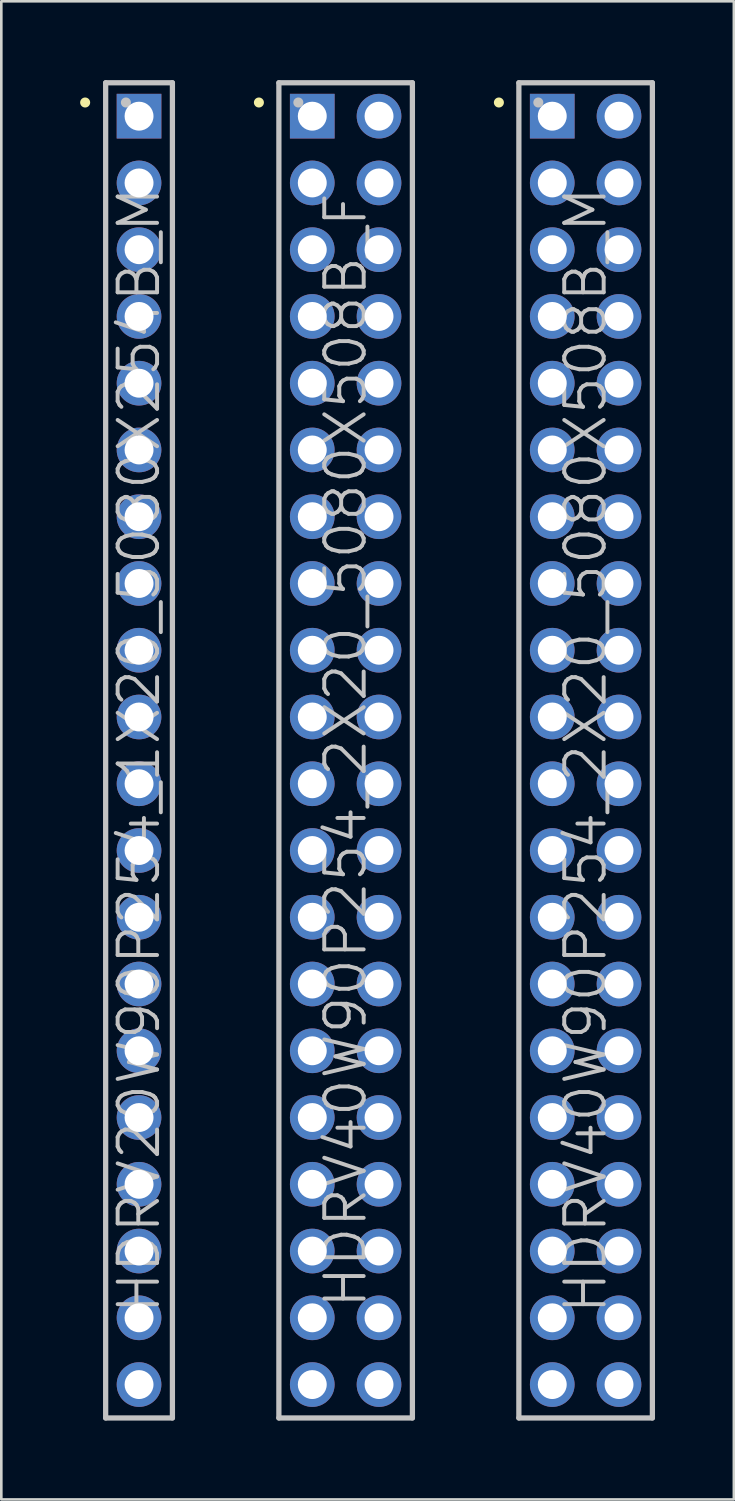
<source format=kicad_pcb>
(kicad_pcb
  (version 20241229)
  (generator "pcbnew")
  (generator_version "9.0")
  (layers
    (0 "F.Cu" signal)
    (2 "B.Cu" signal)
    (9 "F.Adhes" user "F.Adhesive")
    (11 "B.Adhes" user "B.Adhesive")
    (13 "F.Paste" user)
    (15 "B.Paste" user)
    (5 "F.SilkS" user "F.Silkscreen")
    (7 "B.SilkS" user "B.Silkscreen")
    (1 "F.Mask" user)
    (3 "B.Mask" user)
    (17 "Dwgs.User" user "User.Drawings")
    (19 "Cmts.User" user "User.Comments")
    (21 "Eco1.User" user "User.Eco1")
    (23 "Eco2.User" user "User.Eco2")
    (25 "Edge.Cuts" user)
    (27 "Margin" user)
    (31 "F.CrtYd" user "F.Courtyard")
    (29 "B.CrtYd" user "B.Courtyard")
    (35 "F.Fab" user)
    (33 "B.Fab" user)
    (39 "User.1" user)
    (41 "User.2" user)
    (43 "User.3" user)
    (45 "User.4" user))
  (footprint "HDRV40W90P254_2X20_5080X508B_F"
    (layer "F.Cu")
    (at 10.101 25.5)
    (property "Reference" "HDRV40W90P254_2X20_5080X508B_F" (at 0 0 90) (layer "Dwgs.User") (effects (font (size 1.5 1.5) (thickness 0.15))))
    (attr through_hole)
    (fp_line (start -3.3 -24.65) (end -3.3 -24.65) (stroke (width 0.381) (type solid)) (layer "F.SilkS"))
    (fp_line (start -2.54 -25.4) (end -2.54 25.4) (stroke (width 0.2) (type solid)) (layer "Dwgs.User"))
    (fp_line (start -2.54 -25.4) (end 2.54 -25.4) (stroke (width 0.2) (type solid)) (layer "Dwgs.User"))
    (fp_line (start -2.54 25.4) (end 2.54 25.4) (stroke (width 0.2) (type solid)) (layer "Dwgs.User"))
    (fp_line (start -1.8 -24.65) (end -1.8 -24.65) (stroke (width 0.381) (type solid)) (layer "Dwgs.User"))
    (fp_line (start 2.54 -25.4) (end 2.54 25.4) (stroke (width 0.2) (type solid)) (layer "Dwgs.User"))
    (pad "1" thru_hole rect (at -1.27 -24.13) (size 1.7 1.7) (drill 1.1) (layers "*.Cu" "*.Mask"))
    (pad "2" thru_hole circle (at 1.27 -24.13 270) (size 1.7 1.7) (drill 1.1) (layers "*.Cu" "*.Mask"))
    (pad "3" thru_hole circle (at -1.27 -21.59 270) (size 1.7 1.7) (drill 1.1) (layers "*.Cu" "*.Mask"))
    (pad "4" thru_hole circle (at 1.27 -21.59 270) (size 1.7 1.7) (drill 1.1) (layers "*.Cu" "*.Mask"))
    (pad "5" thru_hole circle (at -1.27 -19.05 270) (size 1.7 1.7) (drill 1.1) (layers "*.Cu" "*.Mask"))
    (pad "6" thru_hole circle (at 1.27 -19.05 270) (size 1.7 1.7) (drill 1.1) (layers "*.Cu" "*.Mask"))
    (pad "7" thru_hole circle (at -1.27 -16.51 270) (size 1.7 1.7) (drill 1.1) (layers "*.Cu" "*.Mask"))
    (pad "8" thru_hole circle (at 1.27 -16.51 270) (size 1.7 1.7) (drill 1.1) (layers "*.Cu" "*.Mask"))
    (pad "9" thru_hole circle (at -1.27 -13.97 270) (size 1.7 1.7) (drill 1.1) (layers "*.Cu" "*.Mask"))
    (pad "10" thru_hole circle (at 1.27 -13.97 270) (size 1.7 1.7) (drill 1.1) (layers "*.Cu" "*.Mask"))
    (pad "11" thru_hole circle (at -1.27 -11.43 270) (size 1.7 1.7) (drill 1.1) (layers "*.Cu" "*.Mask"))
    (pad "12" thru_hole circle (at 1.27 -11.43 270) (size 1.7 1.7) (drill 1.1) (layers "*.Cu" "*.Mask"))
    (pad "13" thru_hole circle (at -1.27 -8.89 270) (size 1.7 1.7) (drill 1.1) (layers "*.Cu" "*.Mask"))
    (pad "14" thru_hole circle (at 1.27 -8.89 270) (size 1.7 1.7) (drill 1.1) (layers "*.Cu" "*.Mask"))
    (pad "15" thru_hole circle (at -1.27 -6.35 270) (size 1.7 1.7) (drill 1.1) (layers "*.Cu" "*.Mask"))
    (pad "16" thru_hole circle (at 1.27 -6.35 270) (size 1.7 1.7) (drill 1.1) (layers "*.Cu" "*.Mask"))
    (pad "17" thru_hole circle (at -1.27 -3.81 270) (size 1.7 1.7) (drill 1.1) (layers "*.Cu" "*.Mask"))
    (pad "18" thru_hole circle (at 1.27 -3.81 270) (size 1.7 1.7) (drill 1.1) (layers "*.Cu" "*.Mask"))
    (pad "19" thru_hole circle (at -1.27 -1.27 270) (size 1.7 1.7) (drill 1.1) (layers "*.Cu" "*.Mask"))
    (pad "20" thru_hole circle (at 1.27 -1.27 270) (size 1.7 1.7) (drill 1.1) (layers "*.Cu" "*.Mask"))
    (pad "21" thru_hole circle (at -1.27 1.27 270) (size 1.7 1.7) (drill 1.1) (layers "*.Cu" "*.Mask"))
    (pad "22" thru_hole circle (at 1.27 1.27 270) (size 1.7 1.7) (drill 1.1) (layers "*.Cu" "*.Mask"))
    (pad "23" thru_hole circle (at -1.27 3.81 270) (size 1.7 1.7) (drill 1.1) (layers "*.Cu" "*.Mask"))
    (pad "24" thru_hole circle (at 1.27 3.81 270) (size 1.7 1.7) (drill 1.1) (layers "*.Cu" "*.Mask"))
    (pad "25" thru_hole circle (at -1.27 6.35 270) (size 1.7 1.7) (drill 1.1) (layers "*.Cu" "*.Mask"))
    (pad "26" thru_hole circle (at 1.27 6.35 270) (size 1.7 1.7) (drill 1.1) (layers "*.Cu" "*.Mask"))
    (pad "27" thru_hole circle (at -1.27 8.89 270) (size 1.7 1.7) (drill 1.1) (layers "*.Cu" "*.Mask"))
    (pad "28" thru_hole circle (at 1.27 8.89 270) (size 1.7 1.7) (drill 1.1) (layers "*.Cu" "*.Mask"))
    (pad "29" thru_hole circle (at -1.27 11.43 270) (size 1.7 1.7) (drill 1.1) (layers "*.Cu" "*.Mask"))
    (pad "30" thru_hole circle (at 1.27 11.43 270) (size 1.7 1.7) (drill 1.1) (layers "*.Cu" "*.Mask"))
    (pad "31" thru_hole circle (at -1.27 13.97 270) (size 1.7 1.7) (drill 1.1) (layers "*.Cu" "*.Mask"))
    (pad "32" thru_hole circle (at 1.27 13.97 270) (size 1.7 1.7) (drill 1.1) (layers "*.Cu" "*.Mask"))
    (pad "33" thru_hole circle (at -1.27 16.51 270) (size 1.7 1.7) (drill 1.1) (layers "*.Cu" "*.Mask"))
    (pad "34" thru_hole circle (at 1.27 16.51 270) (size 1.7 1.7) (drill 1.1) (layers "*.Cu" "*.Mask"))
    (pad "35" thru_hole circle (at -1.27 19.05 270) (size 1.7 1.7) (drill 1.1) (layers "*.Cu" "*.Mask"))
    (pad "36" thru_hole circle (at 1.27 19.05 270) (size 1.7 1.7) (drill 1.1) (layers "*.Cu" "*.Mask"))
    (pad "37" thru_hole circle (at -1.27 21.59 270) (size 1.7 1.7) (drill 1.1) (layers "*.Cu" "*.Mask"))
    (pad "38" thru_hole circle (at 1.27 21.59 270) (size 1.7 1.7) (drill 1.1) (layers "*.Cu" "*.Mask"))
    (pad "39" thru_hole circle (at -1.27 24.13 270) (size 1.7 1.7) (drill 1.1) (layers "*.Cu" "*.Mask"))
    (pad "40" thru_hole circle (at 1.27 24.13 270) (size 1.7 1.7) (drill 1.1) (layers "*.Cu" "*.Mask")))
  (footprint "HDRV20W90P254_1X20_5080X254B_M"
    (layer "F.Cu")
    (at 2.24 25.5)
    (property "Reference" "HDRV20W90P254_1X20_5080X254B_M" (at 0 0 90) (layer "Dwgs.User") (effects (font (size 1.5 1.5) (thickness 0.15))))
    (attr through_hole)
    (fp_line (start -2.05 -24.65) (end -2.05 -24.65) (stroke (width 0.381) (type solid)) (layer "F.SilkS"))
    (fp_line (start -1.27 -25.4) (end -1.27 25.4) (stroke (width 0.2) (type solid)) (layer "Dwgs.User"))
    (fp_line (start -1.27 -25.4) (end 1.27 -25.4) (stroke (width 0.2) (type solid)) (layer "Dwgs.User"))
    (fp_line (start -1.27 25.4) (end 1.27 25.4) (stroke (width 0.2) (type solid)) (layer "Dwgs.User"))
    (fp_line (start -0.5 -24.65) (end -0.5 -24.65) (stroke (width 0.381) (type solid)) (layer "Dwgs.User"))
    (fp_line (start 1.27 -25.4) (end 1.27 25.4) (stroke (width 0.2) (type solid)) (layer "Dwgs.User"))
    (pad "1" thru_hole rect (at 0 -24.13) (size 1.7 1.7) (drill 1.1) (layers "*.Cu" "*.Mask"))
    (pad "2" thru_hole circle (at 0 -21.59 270) (size 1.7 1.7) (drill 1.1) (layers "*.Cu" "*.Mask"))
    (pad "3" thru_hole circle (at 0 -19.05 270) (size 1.7 1.7) (drill 1.1) (layers "*.Cu" "*.Mask"))
    (pad "4" thru_hole circle (at 0 -16.51 270) (size 1.7 1.7) (drill 1.1) (layers "*.Cu" "*.Mask"))
    (pad "5" thru_hole circle (at 0 -13.97 270) (size 1.7 1.7) (drill 1.1) (layers "*.Cu" "*.Mask"))
    (pad "6" thru_hole circle (at 0 -11.43 270) (size 1.7 1.7) (drill 1.1) (layers "*.Cu" "*.Mask"))
    (pad "7" thru_hole circle (at 0 -8.89 270) (size 1.7 1.7) (drill 1.1) (layers "*.Cu" "*.Mask"))
    (pad "8" thru_hole circle (at 0 -6.35 270) (size 1.7 1.7) (drill 1.1) (layers "*.Cu" "*.Mask"))
    (pad "9" thru_hole circle (at 0 -3.81 270) (size 1.7 1.7) (drill 1.1) (layers "*.Cu" "*.Mask"))
    (pad "10" thru_hole circle (at 0 -1.27 270) (size 1.7 1.7) (drill 1.1) (layers "*.Cu" "*.Mask"))
    (pad "11" thru_hole circle (at 0 1.27 270) (size 1.7 1.7) (drill 1.1) (layers "*.Cu" "*.Mask"))
    (pad "12" thru_hole circle (at 0 3.81 270) (size 1.7 1.7) (drill 1.1) (layers "*.Cu" "*.Mask"))
    (pad "13" thru_hole circle (at 0 6.35 270) (size 1.7 1.7) (drill 1.1) (layers "*.Cu" "*.Mask"))
    (pad "14" thru_hole circle (at 0 8.89 270) (size 1.7 1.7) (drill 1.1) (layers "*.Cu" "*.Mask"))
    (pad "15" thru_hole circle (at 0 11.43 270) (size 1.7 1.7) (drill 1.1) (layers "*.Cu" "*.Mask"))
    (pad "16" thru_hole circle (at 0 13.97 270) (size 1.7 1.7) (drill 1.1) (layers "*.Cu" "*.Mask"))
    (pad "17" thru_hole circle (at 0 16.51 270) (size 1.7 1.7) (drill 1.1) (layers "*.Cu" "*.Mask"))
    (pad "18" thru_hole circle (at 0 19.05 270) (size 1.7 1.7) (drill 1.1) (layers "*.Cu" "*.Mask"))
    (pad "19" thru_hole circle (at 0 21.59 270) (size 1.7 1.7) (drill 1.1) (layers "*.Cu" "*.Mask"))
    (pad "20" thru_hole circle (at 0 24.13 270) (size 1.7 1.7) (drill 1.1) (layers "*.Cu" "*.Mask")))
  (footprint "HDRV40W90P254_2X20_5080X508B_M"
    (layer "F.Cu")
    (at 19.232 25.5)
    (property "Reference" "HDRV40W90P254_2X20_5080X508B_M" (at 0 0 90) (layer "Dwgs.User") (effects (font (size 1.5 1.5) (thickness 0.15))))
    (attr through_hole)
    (fp_line (start -3.3 -24.65) (end -3.3 -24.65) (stroke (width 0.381) (type solid)) (layer "F.SilkS"))
    (fp_line (start -2.54 -25.4) (end -2.54 25.4) (stroke (width 0.2) (type solid)) (layer "Dwgs.User"))
    (fp_line (start -2.54 -25.4) (end 2.54 -25.4) (stroke (width 0.2) (type solid)) (layer "Dwgs.User"))
    (fp_line (start -2.54 25.4) (end 2.54 25.4) (stroke (width 0.2) (type solid)) (layer "Dwgs.User"))
    (fp_line (start -1.8 -24.65) (end -1.8 -24.65) (stroke (width 0.381) (type solid)) (layer "Dwgs.User"))
    (fp_line (start 2.54 -25.4) (end 2.54 25.4) (stroke (width 0.2) (type solid)) (layer "Dwgs.User"))
    (pad "1" thru_hole rect (at -1.27 -24.13) (size 1.7 1.7) (drill 1.1) (layers "*.Cu" "*.Mask"))
    (pad "2" thru_hole circle (at 1.27 -24.13 270) (size 1.7 1.7) (drill 1.1) (layers "*.Cu" "*.Mask"))
    (pad "3" thru_hole circle (at -1.27 -21.59 270) (size 1.7 1.7) (drill 1.1) (layers "*.Cu" "*.Mask"))
    (pad "4" thru_hole circle (at 1.27 -21.59 270) (size 1.7 1.7) (drill 1.1) (layers "*.Cu" "*.Mask"))
    (pad "5" thru_hole circle (at -1.27 -19.05 270) (size 1.7 1.7) (drill 1.1) (layers "*.Cu" "*.Mask"))
    (pad "6" thru_hole circle (at 1.27 -19.05 270) (size 1.7 1.7) (drill 1.1) (layers "*.Cu" "*.Mask"))
    (pad "7" thru_hole circle (at -1.27 -16.51 270) (size 1.7 1.7) (drill 1.1) (layers "*.Cu" "*.Mask"))
    (pad "8" thru_hole circle (at 1.27 -16.51 270) (size 1.7 1.7) (drill 1.1) (layers "*.Cu" "*.Mask"))
    (pad "9" thru_hole circle (at -1.27 -13.97 270) (size 1.7 1.7) (drill 1.1) (layers "*.Cu" "*.Mask"))
    (pad "10" thru_hole circle (at 1.27 -13.97 270) (size 1.7 1.7) (drill 1.1) (layers "*.Cu" "*.Mask"))
    (pad "11" thru_hole circle (at -1.27 -11.43 270) (size 1.7 1.7) (drill 1.1) (layers "*.Cu" "*.Mask"))
    (pad "12" thru_hole circle (at 1.27 -11.43 270) (size 1.7 1.7) (drill 1.1) (layers "*.Cu" "*.Mask"))
    (pad "13" thru_hole circle (at -1.27 -8.89 270) (size 1.7 1.7) (drill 1.1) (layers "*.Cu" "*.Mask"))
    (pad "14" thru_hole circle (at 1.27 -8.89 270) (size 1.7 1.7) (drill 1.1) (layers "*.Cu" "*.Mask"))
    (pad "15" thru_hole circle (at -1.27 -6.35 270) (size 1.7 1.7) (drill 1.1) (layers "*.Cu" "*.Mask"))
    (pad "16" thru_hole circle (at 1.27 -6.35 270) (size 1.7 1.7) (drill 1.1) (layers "*.Cu" "*.Mask"))
    (pad "17" thru_hole circle (at -1.27 -3.81 270) (size 1.7 1.7) (drill 1.1) (layers "*.Cu" "*.Mask"))
    (pad "18" thru_hole circle (at 1.27 -3.81 270) (size 1.7 1.7) (drill 1.1) (layers "*.Cu" "*.Mask"))
    (pad "19" thru_hole circle (at -1.27 -1.27 270) (size 1.7 1.7) (drill 1.1) (layers "*.Cu" "*.Mask"))
    (pad "20" thru_hole circle (at 1.27 -1.27 270) (size 1.7 1.7) (drill 1.1) (layers "*.Cu" "*.Mask"))
    (pad "21" thru_hole circle (at -1.27 1.27 270) (size 1.7 1.7) (drill 1.1) (layers "*.Cu" "*.Mask"))
    (pad "22" thru_hole circle (at 1.27 1.27 270) (size 1.7 1.7) (drill 1.1) (layers "*.Cu" "*.Mask"))
    (pad "23" thru_hole circle (at -1.27 3.81 270) (size 1.7 1.7) (drill 1.1) (layers "*.Cu" "*.Mask"))
    (pad "24" thru_hole circle (at 1.27 3.81 270) (size 1.7 1.7) (drill 1.1) (layers "*.Cu" "*.Mask"))
    (pad "25" thru_hole circle (at -1.27 6.35 270) (size 1.7 1.7) (drill 1.1) (layers "*.Cu" "*.Mask"))
    (pad "26" thru_hole circle (at 1.27 6.35 270) (size 1.7 1.7) (drill 1.1) (layers "*.Cu" "*.Mask"))
    (pad "27" thru_hole circle (at -1.27 8.89 270) (size 1.7 1.7) (drill 1.1) (layers "*.Cu" "*.Mask"))
    (pad "28" thru_hole circle (at 1.27 8.89 270) (size 1.7 1.7) (drill 1.1) (layers "*.Cu" "*.Mask"))
    (pad "29" thru_hole circle (at -1.27 11.43 270) (size 1.7 1.7) (drill 1.1) (layers "*.Cu" "*.Mask"))
    (pad "30" thru_hole circle (at 1.27 11.43 270) (size 1.7 1.7) (drill 1.1) (layers "*.Cu" "*.Mask"))
    (pad "31" thru_hole circle (at -1.27 13.97 270) (size 1.7 1.7) (drill 1.1) (layers "*.Cu" "*.Mask"))
    (pad "32" thru_hole circle (at 1.27 13.97 270) (size 1.7 1.7) (drill 1.1) (layers "*.Cu" "*.Mask"))
    (pad "33" thru_hole circle (at -1.27 16.51 270) (size 1.7 1.7) (drill 1.1) (layers "*.Cu" "*.Mask"))
    (pad "34" thru_hole circle (at 1.27 16.51 270) (size 1.7 1.7) (drill 1.1) (layers "*.Cu" "*.Mask"))
    (pad "35" thru_hole circle (at -1.27 19.05 270) (size 1.7 1.7) (drill 1.1) (layers "*.Cu" "*.Mask"))
    (pad "36" thru_hole circle (at 1.27 19.05 270) (size 1.7 1.7) (drill 1.1) (layers "*.Cu" "*.Mask"))
    (pad "37" thru_hole circle (at -1.27 21.59 270) (size 1.7 1.7) (drill 1.1) (layers "*.Cu" "*.Mask"))
    (pad "38" thru_hole circle (at 1.27 21.59 270) (size 1.7 1.7) (drill 1.1) (layers "*.Cu" "*.Mask"))
    (pad "39" thru_hole circle (at -1.27 24.13 270) (size 1.7 1.7) (drill 1.1) (layers "*.Cu" "*.Mask"))
    (pad "40" thru_hole circle (at 1.27 24.13 270) (size 1.7 1.7) (drill 1.1) (layers "*.Cu" "*.Mask")))
  (gr_rect
    (start -3 -3)
    (end 24.872 54)
    (stroke (width 0.1) (type default))
    (fill no)
    (layer "Edge.Cuts")))
</source>
